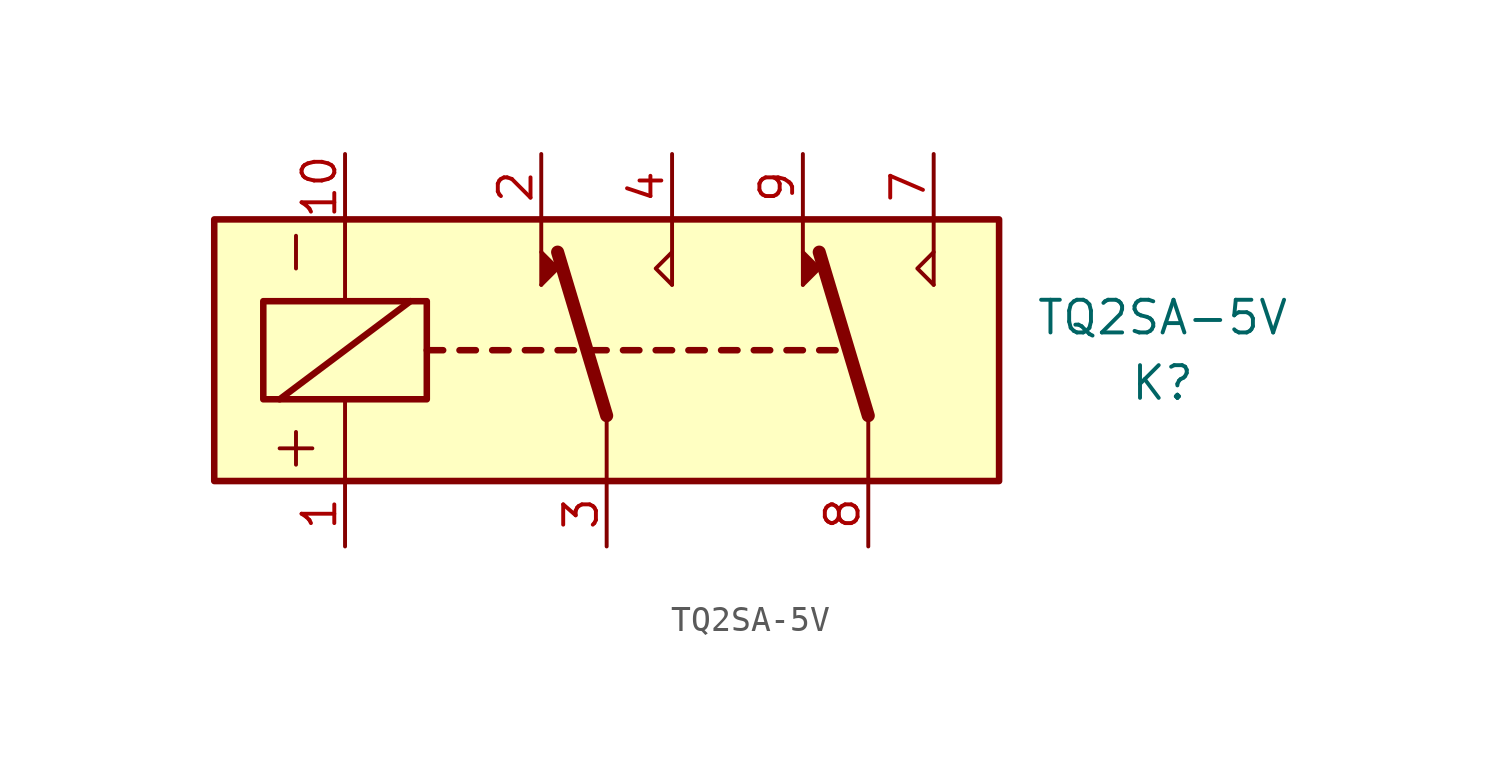
<source format=kicad_sym>
(kicad_symbol_lib
  (version 20220914)
  (generator kicad_symbol_editor)
  (symbol "TQ2SA-5V"
    (pin_names
      (offset 1.016))
    (property "Reference" "K"
      (at 21.59 -1.27 0)
      (effects (font (size 1.27 1.27))))
    (property "Value" "TQ2SA-5V"
      (at 21.59 1.27 0)
      (effects (font (size 1.27 1.27))))
    (symbol "TQ2SA-5V_0_1"
      (polyline (pts (xy -12.7 -3.81) (xy -11.43 -3.81)) (stroke (width 0) (type default)) (fill (type none)))
      (polyline (pts (xy -12.065 -3.175) (xy -12.065 -4.445)) (stroke (width 0) (type default)) (fill (type none)))
      (polyline (pts (xy -12.065 4.445) (xy -12.065 3.175)) (stroke (width 0) (type default)) (fill (type none))))
    (symbol "TQ2SA-5V_1_1"
      (rectangle (start -15.24 5.08) (end 15.24 -5.08) (stroke (width 0.254) (type default)) (fill (type background)))
      (rectangle (start -13.335 1.905) (end -6.985 -1.905) (stroke (width 0.254) (type default)) (fill (type none)))
      (polyline (pts (xy -12.7 -1.905) (xy -7.62 1.905)) (stroke (width 0.254) (type default)) (fill (type none)))
      (polyline (pts (xy -10.16 -5.08) (xy -10.16 -1.905)) (stroke (width 0) (type default)) (fill (type none)))
      (polyline (pts (xy -10.16 5.08) (xy -10.16 1.905)) (stroke (width 0) (type default)) (fill (type none)))
      (polyline (pts (xy -6.985 0) (xy -6.35 0)) (stroke (width 0.254) (type default)) (fill (type none)))
      (polyline (pts (xy -5.715 0) (xy -5.08 0)) (stroke (width 0.254) (type default)) (fill (type none)))
      (polyline (pts (xy -4.445 0) (xy -3.81 0)) (stroke (width 0.254) (type default)) (fill (type none)))
      (polyline (pts (xy -3.175 0) (xy -2.54 0)) (stroke (width 0.254) (type default)) (fill (type none)))
      (polyline (pts (xy -2.54 2.54) (xy -2.54 5.08)) (stroke (width 0) (type default)) (fill (type none)))
      (polyline (pts (xy -1.905 0) (xy -1.27 0)) (stroke (width 0.254) (type default)) (fill (type none)))
      (polyline (pts (xy -0.635 0) (xy 0 0)) (stroke (width 0.254) (type default)) (fill (type none)))
      (polyline (pts (xy 0 -2.54) (xy -1.905 3.81)) (stroke (width 0.508) (type default)) (fill (type none)))
      (polyline (pts (xy 0 -2.54) (xy 0 -5.08)) (stroke (width 0) (type default)) (fill (type none)))
      (polyline (pts (xy 0.635 0) (xy 1.27 0)) (stroke (width 0.254) (type default)) (fill (type none)))
      (polyline (pts (xy 1.905 0) (xy 2.54 0)) (stroke (width 0.254) (type default)) (fill (type none)))
      (polyline (pts (xy 2.54 2.54) (xy 2.54 5.08)) (stroke (width 0) (type default)) (fill (type none)))
      (polyline (pts (xy 3.175 0) (xy 3.81 0)) (stroke (width 0.254) (type default)) (fill (type none)))
      (polyline (pts (xy 4.445 0) (xy 5.08 0)) (stroke (width 0.254) (type default)) (fill (type none)))
      (polyline (pts (xy 5.715 0) (xy 6.35 0)) (stroke (width 0.254) (type default)) (fill (type none)))
      (polyline (pts (xy 6.985 0) (xy 7.62 0)) (stroke (width 0.254) (type default)) (fill (type none)))
      (polyline (pts (xy 7.62 2.54) (xy 7.62 5.08)) (stroke (width 0) (type default)) (fill (type none)))
      (polyline (pts (xy 8.255 0) (xy 8.89 0)) (stroke (width 0.254) (type default)) (fill (type none)))
      (polyline (pts (xy 10.16 -2.54) (xy 8.255 3.81)) (stroke (width 0.508) (type default)) (fill (type none)))
      (polyline (pts (xy 10.16 -2.54) (xy 10.16 -5.08)) (stroke (width 0) (type default)) (fill (type none)))
      (polyline (pts (xy 12.7 2.54) (xy 12.7 5.08)) (stroke (width 0) (type default)) (fill (type none)))
      (polyline (pts (xy -2.54 2.54) (xy -1.905 3.175) (xy -2.54 3.81)) (stroke (width 0) (type default)) (fill (type outline)))
      (polyline (pts (xy 2.54 2.54) (xy 1.905 3.175) (xy 2.54 3.81)) (stroke (width 0) (type default)) (fill (type none)))
      (polyline (pts (xy 7.62 2.54) (xy 8.255 3.175) (xy 7.62 3.81)) (stroke (width 0) (type default)) (fill (type outline)))
      (polyline (pts (xy 12.7 2.54) (xy 12.065 3.175) (xy 12.7 3.81)) (stroke (width 0) (type default)) (fill (type none)))
      (pin passive line (at -10.16 -7.62 90) (length 2.54) (name "~" (effects (font (size 1.27 1.27)))) (number "1" (effects (font (size 1.27 1.27)))))
      (pin passive line (at -10.16 7.62 270) (length 2.54) (name "~" (effects (font (size 1.27 1.27)))) (number "10" (effects (font (size 1.27 1.27)))))
      (pin passive line (at -2.54 7.62 270) (length 2.54) (name "~" (effects (font (size 1.27 1.27)))) (number "2" (effects (font (size 1.27 1.27)))))
      (pin passive line (at 0 -7.62 90) (length 2.54) (name "~" (effects (font (size 1.27 1.27)))) (number "3" (effects (font (size 1.27 1.27)))))
      (pin passive line (at 2.54 7.62 270) (length 2.54) (name "~" (effects (font (size 1.27 1.27)))) (number "4" (effects (font (size 1.27 1.27)))))
      (pin no_connect non_logic (at -5.08 -5.08 270) (length 0) hide (name "~" (effects (font (size 1.27 1.27)))) (number "5" (effects (font (size 1.27 1.27)))))
      (pin no_connect non_logic (at 5.08 -5.08 270) (length 0) hide (name "~" (effects (font (size 1.27 1.27)))) (number "6" (effects (font (size 1.27 1.27)))))
      (pin passive line (at 12.7 7.62 270) (length 2.54) (name "~" (effects (font (size 1.27 1.27)))) (number "7" (effects (font (size 1.27 1.27)))))
      (pin passive line (at 10.16 -7.62 90) (length 2.54) (name "~" (effects (font (size 1.27 1.27)))) (number "8" (effects (font (size 1.27 1.27)))))
      (pin passive line (at 7.62 7.62 270) (length 2.54) (name "~" (effects (font (size 1.27 1.27)))) (number "9" (effects (font (size 1.27 1.27))))))))
</source>
